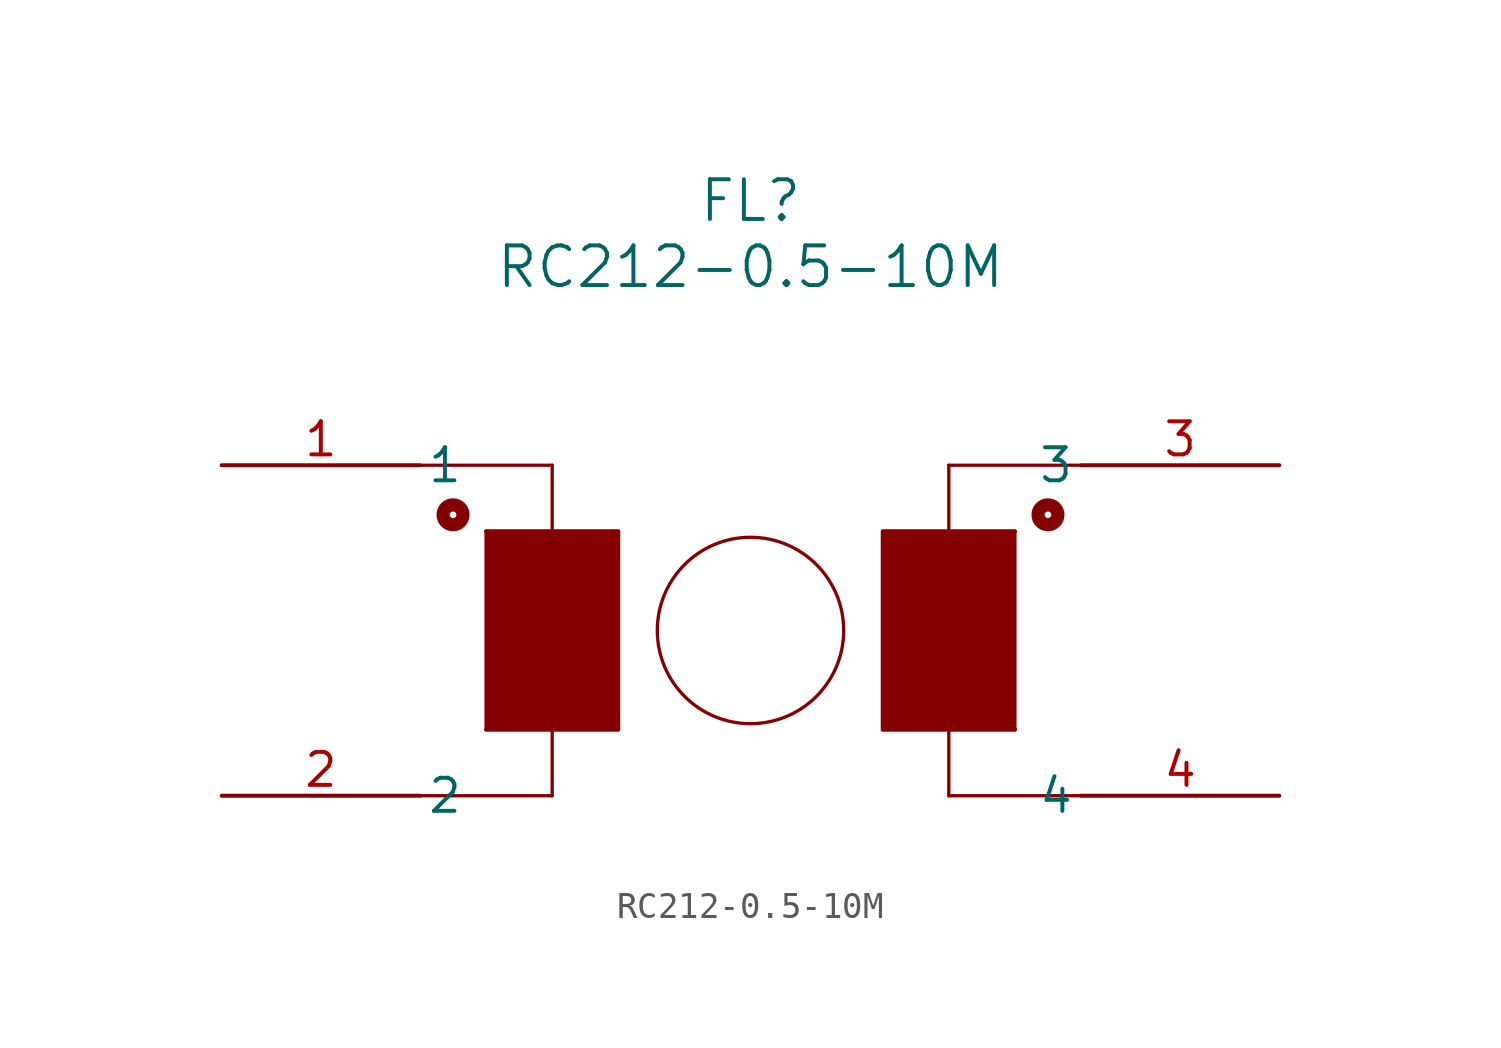
<source format=kicad_sym>
(kicad_symbol_lib
  (version 20211014)
  (generator kicad_symbol_editor)
  (symbol "RC212-0.5-10M"
    (pin_names
      (offset 0.254))
    (property "Reference" "FL"
      (at 20.32 10.16 0)
      (effects (font (size 1.524 1.524))))
    (property "Value" "RC212-0.5-10M"
      (at 20.32 7.62 0)
      (effects (font (size 1.524 1.524))))
    (symbol "RC212-0.5-10M_0_1"
      (polyline (pts (xy 7.62 0) (xy 12.7 0)) (stroke (width 0.127) (type default) (color 0 0 0 0)) (fill (type none)))
      (polyline (pts (xy 12.7 0) (xy 12.7 -2.54)) (stroke (width 0.127) (type default) (color 0 0 0 0)) (fill (type none)))
      (polyline (pts (xy 10.16 -2.54) (xy 15.24 -2.54)) (stroke (width 0.127) (type default) (color 0 0 0 0)) (fill (type none)))
      (polyline (pts (xy 15.24 -2.54) (xy 15.24 -10.16)) (stroke (width 0.127) (type default) (color 0 0 0 0)) (fill (type none)))
      (polyline (pts (xy 15.24 -10.16) (xy 10.16 -10.16)) (stroke (width 0.127) (type default) (color 0 0 0 0)) (fill (type none)))
      (polyline (pts (xy 10.16 -10.16) (xy 10.16 -2.54)) (stroke (width 0.127) (type default) (color 0 0 0 0)) (fill (type none)))
      (polyline (pts (xy 12.7 -10.16) (xy 12.7 -12.7)) (stroke (width 0.127) (type default) (color 0 0 0 0)) (fill (type none)))
      (polyline (pts (xy 12.7 -12.7) (xy 7.62 -12.7)) (stroke (width 0.127) (type default) (color 0 0 0 0)) (fill (type none)))
      (circle (center 8.89 -1.905) (radius 0.127) (stroke (width 0.508) (type default) (color 0 0 0 0)) (fill (type none)))
      (polyline (pts (xy 10.16 -2.54) (xy 15.24 -2.54) (xy 15.24 -10.16) (xy 10.16 -10.16)) (stroke (width 0) (type default) (color 0 0 0 0)) (fill (type outline)))
      (polyline (pts (xy 27.94 0) (xy 27.94 -2.54)) (stroke (width 0.127) (type default) (color 0 0 0 0)) (fill (type none)))
      (polyline (pts (xy 30.48 -2.54) (xy 25.4 -2.54)) (stroke (width 0.127) (type default) (color 0 0 0 0)) (fill (type none)))
      (polyline (pts (xy 25.4 -2.54) (xy 25.4 -10.16)) (stroke (width 0.127) (type default) (color 0 0 0 0)) (fill (type none)))
      (polyline (pts (xy 25.4 -10.16) (xy 30.48 -10.16)) (stroke (width 0.127) (type default) (color 0 0 0 0)) (fill (type none)))
      (polyline (pts (xy 30.48 -10.16) (xy 30.48 -2.54)) (stroke (width 0.127) (type default) (color 0 0 0 0)) (fill (type none)))
      (polyline (pts (xy 27.94 -10.16) (xy 27.94 -12.7)) (stroke (width 0.127) (type default) (color 0 0 0 0)) (fill (type none)))
      (circle (center 31.75 -1.905) (radius 0.127) (stroke (width 0.508) (type default) (color 0 0 0 0)) (fill (type none)))
      (polyline (pts (xy 30.48 -2.54) (xy 25.4 -2.54) (xy 25.4 -10.16) (xy 30.48 -10.16)) (stroke (width 0) (type default) (color 0 0 0 0)) (fill (type outline)))
      (polyline (pts (xy 27.94 0) (xy 33.02 0)) (stroke (width 0.127) (type default) (color 0 0 0 0)) (fill (type none)))
      (polyline (pts (xy 27.94 -12.7) (xy 33.02 -12.7)) (stroke (width 0.127) (type default) (color 0 0 0 0)) (fill (type none)))
      (circle (center 20.32 -6.35) (radius 3.581) (stroke (width 0.127) (type default) (color 0 0 0 0)) (fill (type none)))
      (pin unspecified line (at 0 0 0) (length 7.62) (name "1" (effects (font (size 1.27 1.27)))) (number "1" (effects (font (size 1.27 1.27)))))
      (pin unspecified line (at 0 -12.7 0) (length 7.62) (name "2" (effects (font (size 1.27 1.27)))) (number "2" (effects (font (size 1.27 1.27)))))
      (pin unspecified line (at 40.64 0 180) (length 7.62) (name "3" (effects (font (size 1.27 1.27)))) (number "3" (effects (font (size 1.27 1.27)))))
      (pin unspecified line (at 40.64 -12.7 180) (length 7.62) (name "4" (effects (font (size 1.27 1.27)))) (number "4" (effects (font (size 1.27 1.27))))))))
</source>
